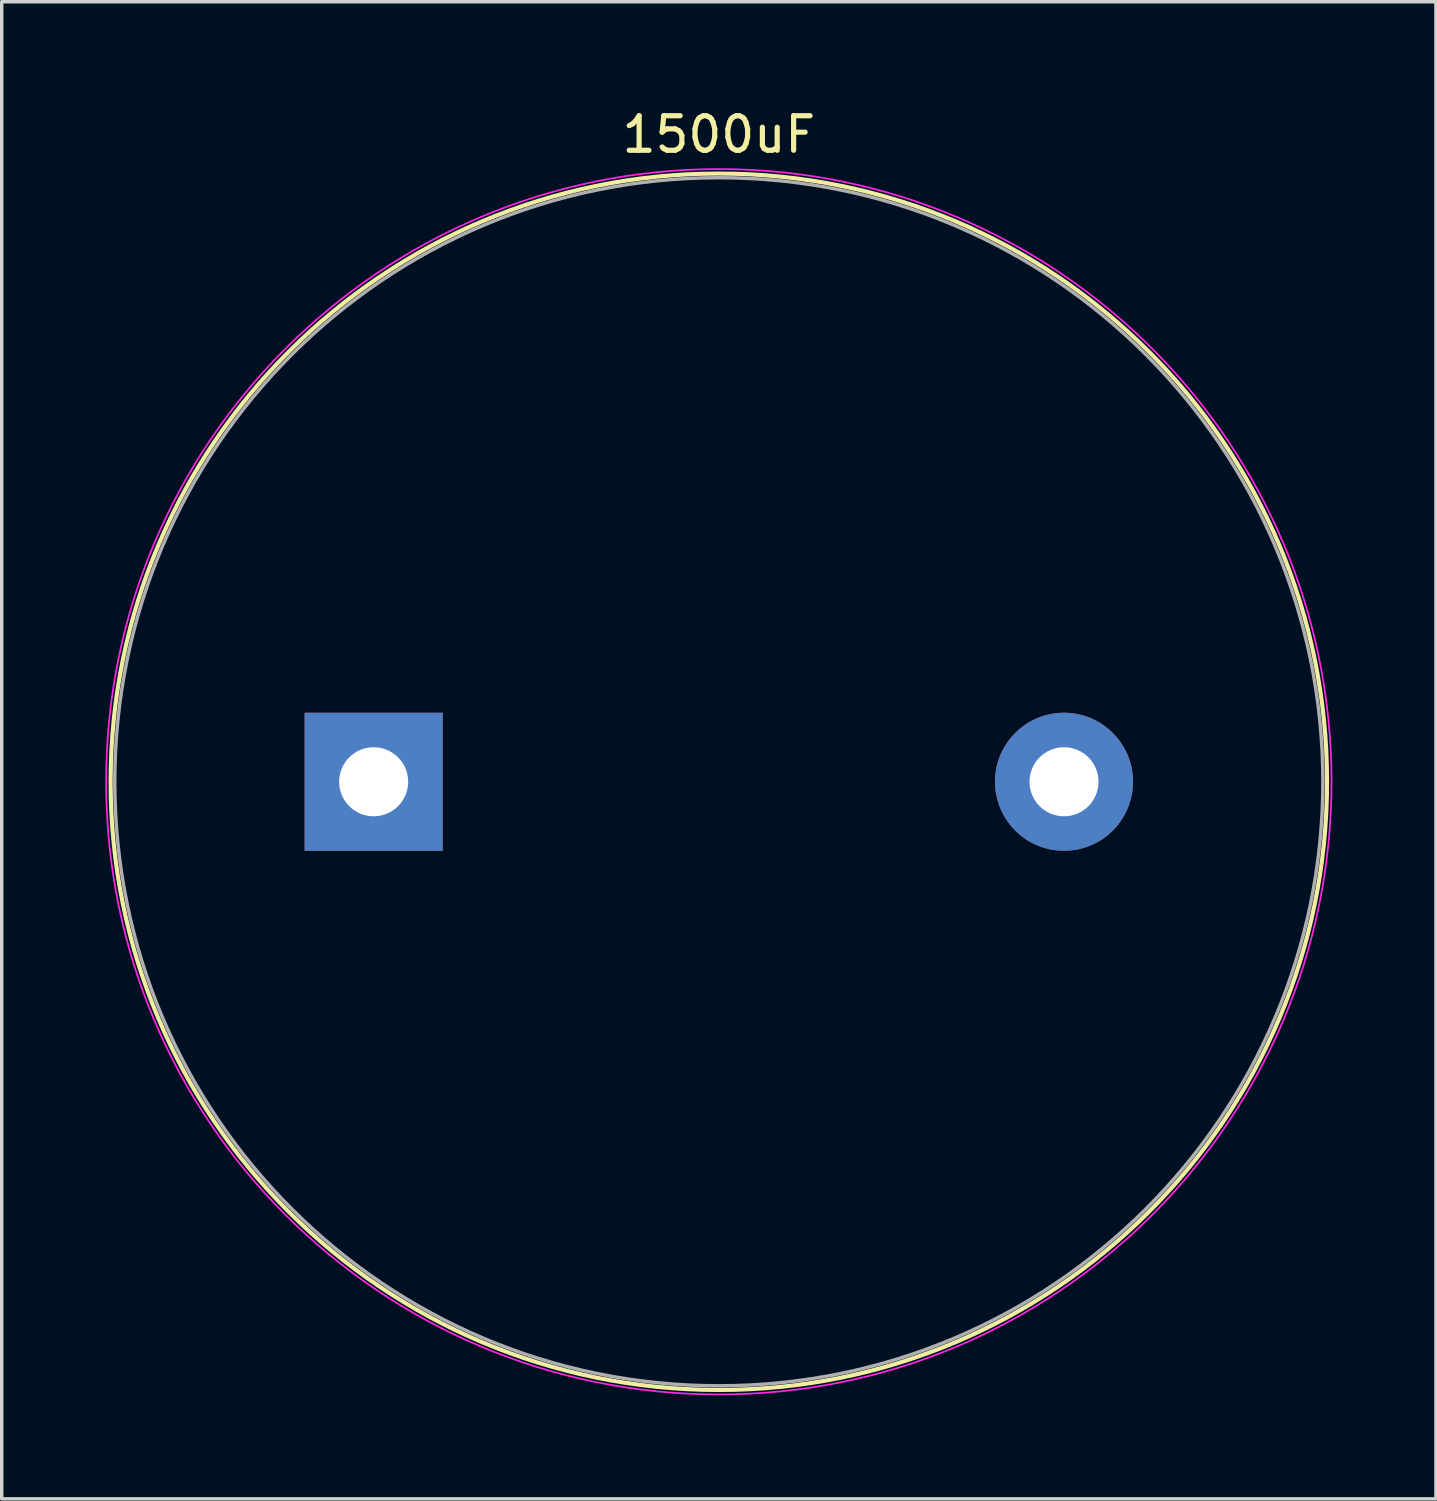
<source format=kicad_pcb>
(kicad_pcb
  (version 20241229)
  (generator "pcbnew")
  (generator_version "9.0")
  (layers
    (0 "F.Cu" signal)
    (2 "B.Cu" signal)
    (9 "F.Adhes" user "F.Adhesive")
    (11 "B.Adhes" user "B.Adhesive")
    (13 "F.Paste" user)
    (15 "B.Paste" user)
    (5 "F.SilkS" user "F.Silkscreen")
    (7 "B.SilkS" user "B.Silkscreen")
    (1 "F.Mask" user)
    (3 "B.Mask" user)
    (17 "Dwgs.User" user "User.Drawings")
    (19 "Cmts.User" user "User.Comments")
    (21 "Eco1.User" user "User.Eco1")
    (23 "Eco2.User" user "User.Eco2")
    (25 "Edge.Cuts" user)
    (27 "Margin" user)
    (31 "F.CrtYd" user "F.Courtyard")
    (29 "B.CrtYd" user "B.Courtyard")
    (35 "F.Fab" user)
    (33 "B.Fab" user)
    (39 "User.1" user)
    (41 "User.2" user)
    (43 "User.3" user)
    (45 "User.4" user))
  (footprint "1500uF"
    (layer "F.Cu")
    (at 12.775 19.598)
    (property "Reference" "1500uF" (at 5 -18.75 0) (layer "F.SilkS") (effects (font (size 1 1) (thickness 0.15))))
    (attr through_hole)
    (fp_circle (center 5 0) (end 22.62 0) (stroke (width 0.12) (type solid)) (fill no) (layer "F.SilkS"))
    (fp_circle (center 5 0) (end 22.75 0) (stroke (width 0.05) (type solid)) (fill no) (layer "F.CrtYd"))
    (fp_circle (center 5 0) (end 22.5 0) (stroke (width 0.1) (type solid)) (fill no) (layer "F.Fab"))
    (pad "1" thru_hole rect (at -5 0) (size 4 4) (drill 2) (layers "*.Cu" "*.Mask"))
    (pad "2" thru_hole circle (at 15 0) (size 4 4) (drill 2) (layers "*.Cu" "*.Mask")))
  (gr_rect
    (start -3 -3)
    (end 38.55 40.373)
    (stroke (width 0.1) (type default))
    (fill no)
    (layer "Edge.Cuts")))
</source>
